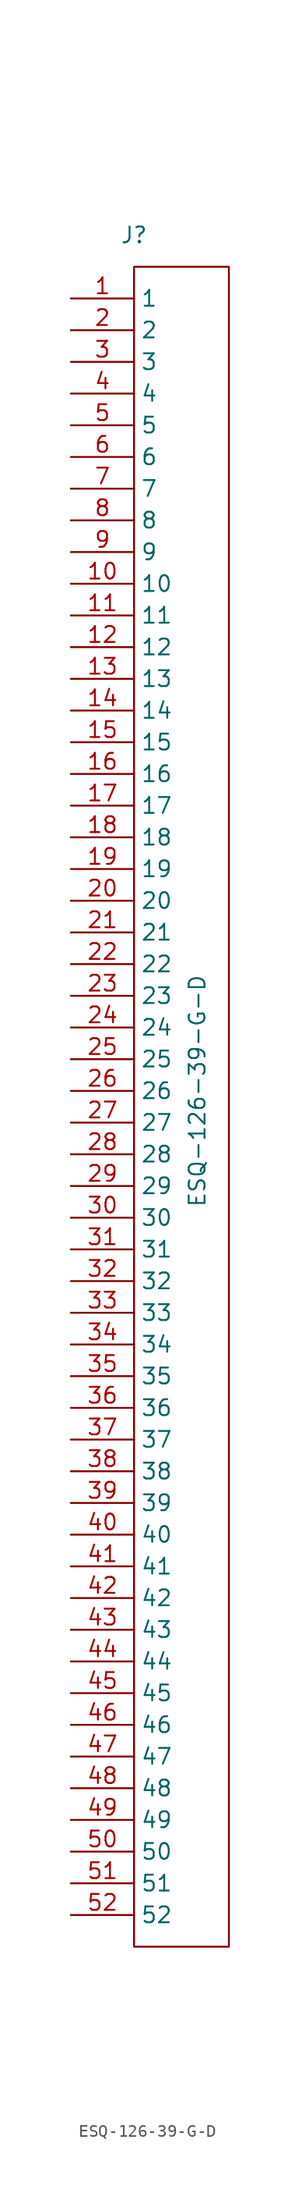
<source format=kicad_sym>
(kicad_symbol_lib
  (version 20220914)
  (generator kicad_symbol_editor)
  (symbol "ESQ-126-39-G-D"
    (property "Reference" "J"
      (at -2.54 68.58 0)
      (effects (font (size 1.27 1.27))))
    (property "Value" "ESQ-126-39-G-D"
      (at 2.54 0 90)
      (effects (font (size 1.27 1.27))))
    (symbol "ESQ-126-39-G-D_0_1"
      (rectangle (start -2.54 66.04) (end 5.08 -68.58) (stroke (width 0) (type default)) (fill (type none))))
    (symbol "ESQ-126-39-G-D_1_0"
      (pin unspecified line (at -7.62 -33.02 0) (length 5.08) (name "39" (effects (font (size 1.27 1.27)))) (number "39" (effects (font (size 1.27 1.27)))))
      (pin unspecified line (at -7.62 -35.56 0) (length 5.08) (name "40" (effects (font (size 1.27 1.27)))) (number "40" (effects (font (size 1.27 1.27)))))
      (pin unspecified line (at -7.62 -38.1 0) (length 5.08) (name "41" (effects (font (size 1.27 1.27)))) (number "41" (effects (font (size 1.27 1.27)))))
      (pin unspecified line (at -7.62 -40.64 0) (length 5.08) (name "42" (effects (font (size 1.27 1.27)))) (number "42" (effects (font (size 1.27 1.27)))))
      (pin unspecified line (at -7.62 -43.18 0) (length 5.08) (name "43" (effects (font (size 1.27 1.27)))) (number "43" (effects (font (size 1.27 1.27)))))
      (pin unspecified line (at -7.62 -45.72 0) (length 5.08) (name "44" (effects (font (size 1.27 1.27)))) (number "44" (effects (font (size 1.27 1.27)))))
      (pin unspecified line (at -7.62 -48.26 0) (length 5.08) (name "45" (effects (font (size 1.27 1.27)))) (number "45" (effects (font (size 1.27 1.27)))))
      (pin unspecified line (at -7.62 -50.8 0) (length 5.08) (name "46" (effects (font (size 1.27 1.27)))) (number "46" (effects (font (size 1.27 1.27)))))
      (pin unspecified line (at -7.62 -53.34 0) (length 5.08) (name "47" (effects (font (size 1.27 1.27)))) (number "47" (effects (font (size 1.27 1.27)))))
      (pin unspecified line (at -7.62 -55.88 0) (length 5.08) (name "48" (effects (font (size 1.27 1.27)))) (number "48" (effects (font (size 1.27 1.27)))))
      (pin unspecified line (at -7.62 -58.42 0) (length 5.08) (name "49" (effects (font (size 1.27 1.27)))) (number "49" (effects (font (size 1.27 1.27)))))
      (pin unspecified line (at -7.62 -60.96 0) (length 5.08) (name "50" (effects (font (size 1.27 1.27)))) (number "50" (effects (font (size 1.27 1.27)))))
      (pin unspecified line (at -7.62 -63.5 0) (length 5.08) (name "51" (effects (font (size 1.27 1.27)))) (number "51" (effects (font (size 1.27 1.27)))))
      (pin unspecified line (at -7.62 -66.04 0) (length 5.08) (name "52" (effects (font (size 1.27 1.27)))) (number "52" (effects (font (size 1.27 1.27))))))
    (symbol "ESQ-126-39-G-D_1_1"
      (pin unspecified line (at -7.62 63.5 0) (length 5.08) (name "1" (effects (font (size 1.27 1.27)))) (number "1" (effects (font (size 1.27 1.27)))))
      (pin unspecified line (at -7.62 40.64 0) (length 5.08) (name "10" (effects (font (size 1.27 1.27)))) (number "10" (effects (font (size 1.27 1.27)))))
      (pin unspecified line (at -7.62 38.1 0) (length 5.08) (name "11" (effects (font (size 1.27 1.27)))) (number "11" (effects (font (size 1.27 1.27)))))
      (pin unspecified line (at -7.62 35.56 0) (length 5.08) (name "12" (effects (font (size 1.27 1.27)))) (number "12" (effects (font (size 1.27 1.27)))))
      (pin unspecified line (at -7.62 33.02 0) (length 5.08) (name "13" (effects (font (size 1.27 1.27)))) (number "13" (effects (font (size 1.27 1.27)))))
      (pin unspecified line (at -7.62 30.48 0) (length 5.08) (name "14" (effects (font (size 1.27 1.27)))) (number "14" (effects (font (size 1.27 1.27)))))
      (pin unspecified line (at -7.62 27.94 0) (length 5.08) (name "15" (effects (font (size 1.27 1.27)))) (number "15" (effects (font (size 1.27 1.27)))))
      (pin unspecified line (at -7.62 25.4 0) (length 5.08) (name "16" (effects (font (size 1.27 1.27)))) (number "16" (effects (font (size 1.27 1.27)))))
      (pin unspecified line (at -7.62 22.86 0) (length 5.08) (name "17" (effects (font (size 1.27 1.27)))) (number "17" (effects (font (size 1.27 1.27)))))
      (pin unspecified line (at -7.62 20.32 0) (length 5.08) (name "18" (effects (font (size 1.27 1.27)))) (number "18" (effects (font (size 1.27 1.27)))))
      (pin unspecified line (at -7.62 17.78 0) (length 5.08) (name "19" (effects (font (size 1.27 1.27)))) (number "19" (effects (font (size 1.27 1.27)))))
      (pin unspecified line (at -7.62 60.96 0) (length 5.08) (name "2" (effects (font (size 1.27 1.27)))) (number "2" (effects (font (size 1.27 1.27)))))
      (pin unspecified line (at -7.62 15.24 0) (length 5.08) (name "20" (effects (font (size 1.27 1.27)))) (number "20" (effects (font (size 1.27 1.27)))))
      (pin unspecified line (at -7.62 12.7 0) (length 5.08) (name "21" (effects (font (size 1.27 1.27)))) (number "21" (effects (font (size 1.27 1.27)))))
      (pin unspecified line (at -7.62 10.16 0) (length 5.08) (name "22" (effects (font (size 1.27 1.27)))) (number "22" (effects (font (size 1.27 1.27)))))
      (pin unspecified line (at -7.62 7.62 0) (length 5.08) (name "23" (effects (font (size 1.27 1.27)))) (number "23" (effects (font (size 1.27 1.27)))))
      (pin unspecified line (at -7.62 5.08 0) (length 5.08) (name "24" (effects (font (size 1.27 1.27)))) (number "24" (effects (font (size 1.27 1.27)))))
      (pin unspecified line (at -7.62 2.54 0) (length 5.08) (name "25" (effects (font (size 1.27 1.27)))) (number "25" (effects (font (size 1.27 1.27)))))
      (pin unspecified line (at -7.62 0 0) (length 5.08) (name "26" (effects (font (size 1.27 1.27)))) (number "26" (effects (font (size 1.27 1.27)))))
      (pin unspecified line (at -7.62 -2.54 0) (length 5.08) (name "27" (effects (font (size 1.27 1.27)))) (number "27" (effects (font (size 1.27 1.27)))))
      (pin unspecified line (at -7.62 -5.08 0) (length 5.08) (name "28" (effects (font (size 1.27 1.27)))) (number "28" (effects (font (size 1.27 1.27)))))
      (pin unspecified line (at -7.62 -7.62 0) (length 5.08) (name "29" (effects (font (size 1.27 1.27)))) (number "29" (effects (font (size 1.27 1.27)))))
      (pin unspecified line (at -7.62 58.42 0) (length 5.08) (name "3" (effects (font (size 1.27 1.27)))) (number "3" (effects (font (size 1.27 1.27)))))
      (pin unspecified line (at -7.62 -10.16 0) (length 5.08) (name "30" (effects (font (size 1.27 1.27)))) (number "30" (effects (font (size 1.27 1.27)))))
      (pin unspecified line (at -7.62 -12.7 0) (length 5.08) (name "31" (effects (font (size 1.27 1.27)))) (number "31" (effects (font (size 1.27 1.27)))))
      (pin unspecified line (at -7.62 -15.24 0) (length 5.08) (name "32" (effects (font (size 1.27 1.27)))) (number "32" (effects (font (size 1.27 1.27)))))
      (pin unspecified line (at -7.62 -17.78 0) (length 5.08) (name "33" (effects (font (size 1.27 1.27)))) (number "33" (effects (font (size 1.27 1.27)))))
      (pin unspecified line (at -7.62 -20.32 0) (length 5.08) (name "34" (effects (font (size 1.27 1.27)))) (number "34" (effects (font (size 1.27 1.27)))))
      (pin unspecified line (at -7.62 -22.86 0) (length 5.08) (name "35" (effects (font (size 1.27 1.27)))) (number "35" (effects (font (size 1.27 1.27)))))
      (pin unspecified line (at -7.62 -25.4 0) (length 5.08) (name "36" (effects (font (size 1.27 1.27)))) (number "36" (effects (font (size 1.27 1.27)))))
      (pin unspecified line (at -7.62 -27.94 0) (length 5.08) (name "37" (effects (font (size 1.27 1.27)))) (number "37" (effects (font (size 1.27 1.27)))))
      (pin unspecified line (at -7.62 -30.48 0) (length 5.08) (name "38" (effects (font (size 1.27 1.27)))) (number "38" (effects (font (size 1.27 1.27)))))
      (pin unspecified line (at -7.62 55.88 0) (length 5.08) (name "4" (effects (font (size 1.27 1.27)))) (number "4" (effects (font (size 1.27 1.27)))))
      (pin unspecified line (at -7.62 53.34 0) (length 5.08) (name "5" (effects (font (size 1.27 1.27)))) (number "5" (effects (font (size 1.27 1.27)))))
      (pin unspecified line (at -7.62 50.8 0) (length 5.08) (name "6" (effects (font (size 1.27 1.27)))) (number "6" (effects (font (size 1.27 1.27)))))
      (pin unspecified line (at -7.62 48.26 0) (length 5.08) (name "7" (effects (font (size 1.27 1.27)))) (number "7" (effects (font (size 1.27 1.27)))))
      (pin unspecified line (at -7.62 45.72 0) (length 5.08) (name "8" (effects (font (size 1.27 1.27)))) (number "8" (effects (font (size 1.27 1.27)))))
      (pin unspecified line (at -7.62 43.18 0) (length 5.08) (name "9" (effects (font (size 1.27 1.27)))) (number "9" (effects (font (size 1.27 1.27))))))))
</source>
